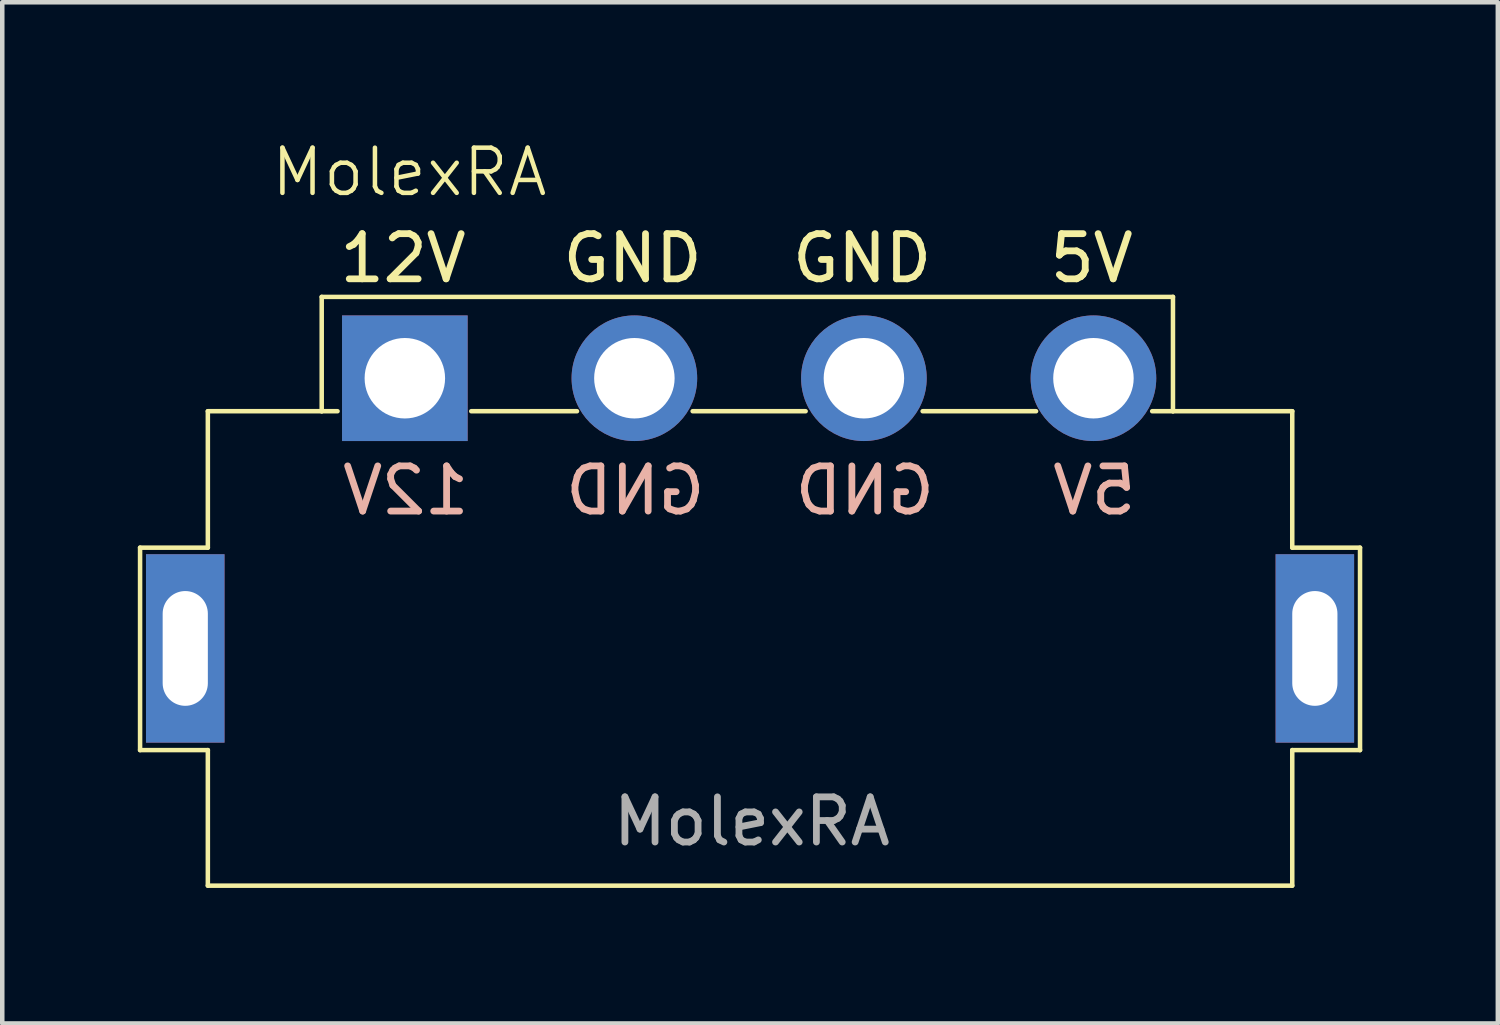
<source format=kicad_pcb>
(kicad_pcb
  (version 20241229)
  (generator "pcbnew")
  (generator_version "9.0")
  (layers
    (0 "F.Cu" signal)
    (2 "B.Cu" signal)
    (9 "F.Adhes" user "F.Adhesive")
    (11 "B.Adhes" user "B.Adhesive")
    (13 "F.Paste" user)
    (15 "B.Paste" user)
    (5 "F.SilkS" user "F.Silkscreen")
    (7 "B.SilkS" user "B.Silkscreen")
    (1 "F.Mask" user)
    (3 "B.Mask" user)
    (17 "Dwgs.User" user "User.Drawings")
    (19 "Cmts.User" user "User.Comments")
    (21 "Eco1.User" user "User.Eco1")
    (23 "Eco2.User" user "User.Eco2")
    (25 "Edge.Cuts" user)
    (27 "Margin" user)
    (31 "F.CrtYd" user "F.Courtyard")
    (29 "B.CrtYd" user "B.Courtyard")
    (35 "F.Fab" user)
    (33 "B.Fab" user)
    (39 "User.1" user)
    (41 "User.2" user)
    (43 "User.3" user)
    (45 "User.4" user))
  (footprint "MolexRA"
    (layer "F.Cu")
    (at 5.91 5.321)
    (property "Reference" "MolexRA" (at 0.1 -4.56 0) (unlocked yes) (layer "F.SilkS") (effects (font (size 1 1) (thickness 0.1))))
    (attr through_hole)
    (fp_line (start -5.86 3.75) (end -4.36 3.75) (stroke (width 0.1) (type default)) (layer "F.SilkS"))
    (fp_line (start -5.86 8.23) (end -5.86 3.75) (stroke (width 0.1) (type default)) (layer "F.SilkS"))
    (fp_line (start -4.36 0.73) (end -1.84 0.73) (stroke (width 0.1) (type default)) (layer "F.SilkS"))
    (fp_line (start -4.36 3.75) (end -4.36 0.73) (stroke (width 0.1) (type default)) (layer "F.SilkS"))
    (fp_line (start -4.36 8.23) (end -5.86 8.23) (stroke (width 0.1) (type default)) (layer "F.SilkS"))
    (fp_line (start -4.36 11.23) (end -4.36 8.23) (stroke (width 0.1) (type default)) (layer "F.SilkS"))
    (fp_line (start -1.84 -1.8) (end 17 -1.8) (stroke (width 0.1) (type default)) (layer "F.SilkS"))
    (fp_line (start -1.84 0.73) (end -1.84 -1.8) (stroke (width 0.1) (type default)) (layer "F.SilkS"))
    (fp_line (start -1.84 0.73) (end -1.49 0.73) (stroke (width 0.1) (type default)) (layer "F.SilkS"))
    (fp_line (start -1.135 -2.962) (end -1.23 -2.914) (stroke (width 0.15) (type solid)) (layer "F.SilkS"))
    (fp_line (start -1.04 -3.057) (end -1.135 -2.962) (stroke (width 0.15) (type solid)) (layer "F.SilkS"))
    (fp_line (start -0.944 -3.2) (end -1.04 -3.057) (stroke (width 0.15) (type solid)) (layer "F.SilkS"))
    (fp_line (start -0.944 -2.2) (end -0.944 -3.2) (stroke (width 0.15) (type solid)) (layer "F.SilkS"))
    (fp_line (start -0.659 -2.2) (end -1.23 -2.2) (stroke (width 0.15) (type solid)) (layer "F.SilkS"))
    (fp_line (start -0.325 -2.2) (end 0.294 -2.2) (stroke (width 0.15) (type solid)) (layer "F.SilkS"))
    (fp_line (start -0.278 -3.105) (end -0.23 -3.152) (stroke (width 0.15) (type solid)) (layer "F.SilkS"))
    (fp_line (start -0.23 -3.152) (end -0.135 -3.2) (stroke (width 0.15) (type solid)) (layer "F.SilkS"))
    (fp_line (start -0.135 -3.2) (end 0.103 -3.2) (stroke (width 0.15) (type solid)) (layer "F.SilkS"))
    (fp_line (start 0.103 -3.2) (end 0.199 -3.152) (stroke (width 0.15) (type solid)) (layer "F.SilkS"))
    (fp_line (start 0.199 -3.152) (end 0.246 -3.105) (stroke (width 0.15) (type solid)) (layer "F.SilkS"))
    (fp_line (start 0.246 -3.105) (end 0.294 -3.01) (stroke (width 0.15) (type solid)) (layer "F.SilkS"))
    (fp_line (start 0.246 -2.771) (end -0.325 -2.2) (stroke (width 0.15) (type solid)) (layer "F.SilkS"))
    (fp_line (start 0.294 -3.01) (end 0.294 -2.914) (stroke (width 0.15) (type solid)) (layer "F.SilkS"))
    (fp_line (start 0.294 -2.914) (end 0.246 -2.771) (stroke (width 0.15) (type solid)) (layer "F.SilkS"))
    (fp_line (start 0.58 -3.2) (end 0.913 -2.2) (stroke (width 0.15) (type solid)) (layer "F.SilkS"))
    (fp_line (start 0.913 -2.2) (end 1.246 -3.2) (stroke (width 0.15) (type solid)) (layer "F.SilkS"))
    (fp_line (start 3.707 -2.771) (end 3.707 -2.629) (stroke (width 0.15) (type solid)) (layer "F.SilkS"))
    (fp_line (start 3.707 -2.629) (end 3.755 -2.438) (stroke (width 0.15) (type solid)) (layer "F.SilkS"))
    (fp_line (start 3.755 -2.962) (end 3.707 -2.771) (stroke (width 0.15) (type solid)) (layer "F.SilkS"))
    (fp_line (start 3.755 -2.438) (end 3.802 -2.343) (stroke (width 0.15) (type solid)) (layer "F.SilkS"))
    (fp_line (start 3.802 -3.057) (end 3.755 -2.962) (stroke (width 0.15) (type solid)) (layer "F.SilkS"))
    (fp_line (start 3.802 -2.343) (end 3.898 -2.248) (stroke (width 0.15) (type solid)) (layer "F.SilkS"))
    (fp_line (start 3.81 0.73) (end 1.47 0.73) (stroke (width 0.1) (type default)) (layer "F.SilkS"))
    (fp_line (start 3.898 -3.152) (end 3.802 -3.057) (stroke (width 0.15) (type solid)) (layer "F.SilkS"))
    (fp_line (start 3.898 -2.248) (end 4.04 -2.2) (stroke (width 0.15) (type solid)) (layer "F.SilkS"))
    (fp_line (start 4.04 -3.2) (end 3.898 -3.152) (stroke (width 0.15) (type solid)) (layer "F.SilkS"))
    (fp_line (start 4.04 -2.2) (end 4.136 -2.2) (stroke (width 0.15) (type solid)) (layer "F.SilkS"))
    (fp_line (start 4.136 -2.2) (end 4.279 -2.248) (stroke (width 0.15) (type solid)) (layer "F.SilkS"))
    (fp_line (start 4.183 -3.2) (end 4.04 -3.2) (stroke (width 0.15) (type solid)) (layer "F.SilkS"))
    (fp_line (start 4.279 -3.152) (end 4.183 -3.2) (stroke (width 0.15) (type solid)) (layer "F.SilkS"))
    (fp_line (start 4.279 -2.248) (end 4.326 -2.295) (stroke (width 0.15) (type solid)) (layer "F.SilkS"))
    (fp_line (start 4.326 -2.629) (end 4.136 -2.629) (stroke (width 0.15) (type solid)) (layer "F.SilkS"))
    (fp_line (start 4.326 -2.295) (end 4.326 -2.629) (stroke (width 0.15) (type solid)) (layer "F.SilkS"))
    (fp_line (start 4.755 -3.2) (end 5.326 -2.2) (stroke (width 0.15) (type solid)) (layer "F.SilkS"))
    (fp_line (start 4.755 -2.2) (end 4.755 -3.2) (stroke (width 0.15) (type solid)) (layer "F.SilkS"))
    (fp_line (start 5.326 -2.2) (end 5.326 -3.2) (stroke (width 0.15) (type solid)) (layer "F.SilkS"))
    (fp_line (start 5.802 -3.2) (end 6.04 -3.2) (stroke (width 0.15) (type solid)) (layer "F.SilkS"))
    (fp_line (start 5.802 -2.2) (end 5.802 -3.2) (stroke (width 0.15) (type solid)) (layer "F.SilkS"))
    (fp_line (start 6.04 -3.2) (end 6.183 -3.152) (stroke (width 0.15) (type solid)) (layer "F.SilkS"))
    (fp_line (start 6.04 -2.2) (end 5.802 -2.2) (stroke (width 0.15) (type solid)) (layer "F.SilkS"))
    (fp_line (start 6.183 -3.152) (end 6.279 -3.057) (stroke (width 0.15) (type solid)) (layer "F.SilkS"))
    (fp_line (start 6.183 -2.248) (end 6.04 -2.2) (stroke (width 0.15) (type solid)) (layer "F.SilkS"))
    (fp_line (start 6.279 -3.057) (end 6.326 -2.962) (stroke (width 0.15) (type solid)) (layer "F.SilkS"))
    (fp_line (start 6.279 -2.343) (end 6.183 -2.248) (stroke (width 0.15) (type solid)) (layer "F.SilkS"))
    (fp_line (start 6.326 -2.962) (end 6.374 -2.771) (stroke (width 0.15) (type solid)) (layer "F.SilkS"))
    (fp_line (start 6.326 -2.438) (end 6.279 -2.343) (stroke (width 0.15) (type solid)) (layer "F.SilkS"))
    (fp_line (start 6.374 -2.771) (end 6.374 -2.629) (stroke (width 0.15) (type solid)) (layer "F.SilkS"))
    (fp_line (start 6.374 -2.629) (end 6.326 -2.438) (stroke (width 0.15) (type solid)) (layer "F.SilkS"))
    (fp_line (start 8.787 -2.771) (end 8.787 -2.629) (stroke (width 0.15) (type solid)) (layer "F.SilkS"))
    (fp_line (start 8.787 -2.629) (end 8.835 -2.438) (stroke (width 0.15) (type solid)) (layer "F.SilkS"))
    (fp_line (start 8.835 -2.962) (end 8.787 -2.771) (stroke (width 0.15) (type solid)) (layer "F.SilkS"))
    (fp_line (start 8.835 -2.438) (end 8.882 -2.343) (stroke (width 0.15) (type solid)) (layer "F.SilkS"))
    (fp_line (start 8.87 0.73) (end 6.37 0.73) (stroke (width 0.1) (type default)) (layer "F.SilkS"))
    (fp_line (start 8.882 -3.057) (end 8.835 -2.962) (stroke (width 0.15) (type solid)) (layer "F.SilkS"))
    (fp_line (start 8.882 -2.343) (end 8.978 -2.248) (stroke (width 0.15) (type solid)) (layer "F.SilkS"))
    (fp_line (start 8.978 -3.152) (end 8.882 -3.057) (stroke (width 0.15) (type solid)) (layer "F.SilkS"))
    (fp_line (start 8.978 -2.248) (end 9.12 -2.2) (stroke (width 0.15) (type solid)) (layer "F.SilkS"))
    (fp_line (start 9.12 -3.2) (end 8.978 -3.152) (stroke (width 0.15) (type solid)) (layer "F.SilkS"))
    (fp_line (start 9.12 -2.2) (end 9.216 -2.2) (stroke (width 0.15) (type solid)) (layer "F.SilkS"))
    (fp_line (start 9.216 -2.2) (end 9.359 -2.248) (stroke (width 0.15) (type solid)) (layer "F.SilkS"))
    (fp_line (start 9.263 -3.2) (end 9.12 -3.2) (stroke (width 0.15) (type solid)) (layer "F.SilkS"))
    (fp_line (start 9.359 -3.152) (end 9.263 -3.2) (stroke (width 0.15) (type solid)) (layer "F.SilkS"))
    (fp_line (start 9.359 -2.248) (end 9.406 -2.295) (stroke (width 0.15) (type solid)) (layer "F.SilkS"))
    (fp_line (start 9.406 -2.629) (end 9.216 -2.629) (stroke (width 0.15) (type solid)) (layer "F.SilkS"))
    (fp_line (start 9.406 -2.295) (end 9.406 -2.629) (stroke (width 0.15) (type solid)) (layer "F.SilkS"))
    (fp_line (start 9.835 -3.2) (end 10.406 -2.2) (stroke (width 0.15) (type solid)) (layer "F.SilkS"))
    (fp_line (start 9.835 -2.2) (end 9.835 -3.2) (stroke (width 0.15) (type solid)) (layer "F.SilkS"))
    (fp_line (start 10.406 -2.2) (end 10.406 -3.2) (stroke (width 0.15) (type solid)) (layer "F.SilkS"))
    (fp_line (start 10.882 -3.2) (end 11.12 -3.2) (stroke (width 0.15) (type solid)) (layer "F.SilkS"))
    (fp_line (start 10.882 -2.2) (end 10.882 -3.2) (stroke (width 0.15) (type solid)) (layer "F.SilkS"))
    (fp_line (start 11.12 -3.2) (end 11.263 -3.152) (stroke (width 0.15) (type solid)) (layer "F.SilkS"))
    (fp_line (start 11.12 -2.2) (end 10.882 -2.2) (stroke (width 0.15) (type solid)) (layer "F.SilkS"))
    (fp_line (start 11.263 -3.152) (end 11.359 -3.057) (stroke (width 0.15) (type solid)) (layer "F.SilkS"))
    (fp_line (start 11.263 -2.248) (end 11.12 -2.2) (stroke (width 0.15) (type solid)) (layer "F.SilkS"))
    (fp_line (start 11.359 -3.057) (end 11.406 -2.962) (stroke (width 0.15) (type solid)) (layer "F.SilkS"))
    (fp_line (start 11.359 -2.343) (end 11.263 -2.248) (stroke (width 0.15) (type solid)) (layer "F.SilkS"))
    (fp_line (start 11.406 -2.962) (end 11.454 -2.771) (stroke (width 0.15) (type solid)) (layer "F.SilkS"))
    (fp_line (start 11.406 -2.438) (end 11.359 -2.343) (stroke (width 0.15) (type solid)) (layer "F.SilkS"))
    (fp_line (start 11.454 -2.771) (end 11.454 -2.629) (stroke (width 0.15) (type solid)) (layer "F.SilkS"))
    (fp_line (start 11.454 -2.629) (end 11.406 -2.438) (stroke (width 0.15) (type solid)) (layer "F.SilkS"))
    (fp_line (start 13.97 0.73) (end 11.46 0.73) (stroke (width 0.1) (type default)) (layer "F.SilkS"))
    (fp_line (start 14.486 -2.724) (end 14.534 -2.771) (stroke (width 0.15) (type solid)) (layer "F.SilkS"))
    (fp_line (start 14.534 -3.2) (end 14.486 -2.724) (stroke (width 0.15) (type solid)) (layer "F.SilkS"))
    (fp_line (start 14.534 -2.771) (end 14.629 -2.819) (stroke (width 0.15) (type solid)) (layer "F.SilkS"))
    (fp_line (start 14.534 -2.248) (end 14.486 -2.295) (stroke (width 0.15) (type solid)) (layer "F.SilkS"))
    (fp_line (start 14.629 -2.819) (end 14.867 -2.819) (stroke (width 0.15) (type solid)) (layer "F.SilkS"))
    (fp_line (start 14.629 -2.2) (end 14.534 -2.248) (stroke (width 0.15) (type solid)) (layer "F.SilkS"))
    (fp_line (start 14.867 -2.819) (end 14.962 -2.771) (stroke (width 0.15) (type solid)) (layer "F.SilkS"))
    (fp_line (start 14.867 -2.2) (end 14.629 -2.2) (stroke (width 0.15) (type solid)) (layer "F.SilkS"))
    (fp_line (start 14.962 -2.771) (end 15.01 -2.724) (stroke (width 0.15) (type solid)) (layer "F.SilkS"))
    (fp_line (start 14.962 -2.248) (end 14.867 -2.2) (stroke (width 0.15) (type solid)) (layer "F.SilkS"))
    (fp_line (start 15.01 -3.2) (end 14.534 -3.2) (stroke (width 0.15) (type solid)) (layer "F.SilkS"))
    (fp_line (start 15.01 -2.724) (end 15.058 -2.629) (stroke (width 0.15) (type solid)) (layer "F.SilkS"))
    (fp_line (start 15.01 -2.295) (end 14.962 -2.248) (stroke (width 0.15) (type solid)) (layer "F.SilkS"))
    (fp_line (start 15.058 -2.629) (end 15.058 -2.39) (stroke (width 0.15) (type solid)) (layer "F.SilkS"))
    (fp_line (start 15.058 -2.39) (end 15.01 -2.295) (stroke (width 0.15) (type solid)) (layer "F.SilkS"))
    (fp_line (start 15.343 -3.2) (end 15.677 -2.2) (stroke (width 0.15) (type solid)) (layer "F.SilkS"))
    (fp_line (start 15.677 -2.2) (end 16.01 -3.2) (stroke (width 0.15) (type solid)) (layer "F.SilkS"))
    (fp_line (start 17 -1.8) (end 17 0.73) (stroke (width 0.1) (type default)) (layer "F.SilkS"))
    (fp_line (start 17 0.73) (end 16.54 0.73) (stroke (width 0.1) (type default)) (layer "F.SilkS"))
    (fp_line (start 17 0.73) (end 19.64 0.73) (stroke (width 0.1) (type default)) (layer "F.SilkS"))
    (fp_line (start 19.64 0.73) (end 19.64 3.75) (stroke (width 0.1) (type default)) (layer "F.SilkS"))
    (fp_line (start 19.64 3.75) (end 21.14 3.75) (stroke (width 0.1) (type default)) (layer "F.SilkS"))
    (fp_line (start 19.64 8.23) (end 19.64 11.23) (stroke (width 0.1) (type default)) (layer "F.SilkS"))
    (fp_line (start 19.64 11.23) (end -4.36 11.23) (stroke (width 0.1) (type default)) (layer "F.SilkS"))
    (fp_line (start 21.14 3.75) (end 21.14 8.23) (stroke (width 0.1) (type default)) (layer "F.SilkS"))
    (fp_line (start 21.14 8.23) (end 19.64 8.23) (stroke (width 0.1) (type default)) (layer "F.SilkS"))
    (fp_line (start -0.933 2.94) (end -1.266 1.94) (stroke (width 0.15) (type solid)) (layer "B.SilkS"))
    (fp_line (start -0.6 1.94) (end -0.933 2.94) (stroke (width 0.15) (type solid)) (layer "B.SilkS"))
    (fp_line (start -0.314 2.13) (end -0.314 2.226) (stroke (width 0.15) (type solid)) (layer "B.SilkS"))
    (fp_line (start -0.314 2.226) (end -0.266 2.369) (stroke (width 0.15) (type solid)) (layer "B.SilkS"))
    (fp_line (start -0.266 2.035) (end -0.314 2.13) (stroke (width 0.15) (type solid)) (layer "B.SilkS"))
    (fp_line (start -0.266 2.369) (end 0.305 2.94) (stroke (width 0.15) (type solid)) (layer "B.SilkS"))
    (fp_line (start -0.219 1.988) (end -0.266 2.035) (stroke (width 0.15) (type solid)) (layer "B.SilkS"))
    (fp_line (start -0.123 1.94) (end -0.219 1.988) (stroke (width 0.15) (type solid)) (layer "B.SilkS"))
    (fp_line (start 0.115 1.94) (end -0.123 1.94) (stroke (width 0.15) (type solid)) (layer "B.SilkS"))
    (fp_line (start 0.21 1.988) (end 0.115 1.94) (stroke (width 0.15) (type solid)) (layer "B.SilkS"))
    (fp_line (start 0.258 2.035) (end 0.21 1.988) (stroke (width 0.15) (type solid)) (layer "B.SilkS"))
    (fp_line (start 0.305 2.94) (end -0.314 2.94) (stroke (width 0.15) (type solid)) (layer "B.SilkS"))
    (fp_line (start 0.639 2.94) (end 1.21 2.94) (stroke (width 0.15) (type solid)) (layer "B.SilkS"))
    (fp_line (start 0.924 1.94) (end 1.02 2.083) (stroke (width 0.15) (type solid)) (layer "B.SilkS"))
    (fp_line (start 0.924 2.94) (end 0.924 1.94) (stroke (width 0.15) (type solid)) (layer "B.SilkS"))
    (fp_line (start 1.02 2.083) (end 1.115 2.178) (stroke (width 0.15) (type solid)) (layer "B.SilkS"))
    (fp_line (start 1.115 2.178) (end 1.21 2.226) (stroke (width 0.15) (type solid)) (layer "B.SilkS"))
    (fp_line (start 3.766 2.369) (end 3.766 2.511) (stroke (width 0.15) (type solid)) (layer "B.SilkS"))
    (fp_line (start 3.766 2.511) (end 3.814 2.702) (stroke (width 0.15) (type solid)) (layer "B.SilkS"))
    (fp_line (start 3.814 2.178) (end 3.766 2.369) (stroke (width 0.15) (type solid)) (layer "B.SilkS"))
    (fp_line (start 3.814 2.702) (end 3.861 2.797) (stroke (width 0.15) (type solid)) (layer "B.SilkS"))
    (fp_line (start 3.861 2.083) (end 3.814 2.178) (stroke (width 0.15) (type solid)) (layer "B.SilkS"))
    (fp_line (start 3.861 2.797) (end 3.957 2.892) (stroke (width 0.15) (type solid)) (layer "B.SilkS"))
    (fp_line (start 3.957 1.988) (end 3.861 2.083) (stroke (width 0.15) (type solid)) (layer "B.SilkS"))
    (fp_line (start 3.957 2.892) (end 4.1 2.94) (stroke (width 0.15) (type solid)) (layer "B.SilkS"))
    (fp_line (start 4.1 1.94) (end 3.957 1.988) (stroke (width 0.15) (type solid)) (layer "B.SilkS"))
    (fp_line (start 4.1 2.94) (end 4.338 2.94) (stroke (width 0.15) (type solid)) (layer "B.SilkS"))
    (fp_line (start 4.338 1.94) (end 4.1 1.94) (stroke (width 0.15) (type solid)) (layer "B.SilkS"))
    (fp_line (start 4.338 2.94) (end 4.338 1.94) (stroke (width 0.15) (type solid)) (layer "B.SilkS"))
    (fp_line (start 4.814 2.94) (end 4.814 1.94) (stroke (width 0.15) (type solid)) (layer "B.SilkS"))
    (fp_line (start 5.385 1.94) (end 4.814 2.94) (stroke (width 0.15) (type solid)) (layer "B.SilkS"))
    (fp_line (start 5.385 2.94) (end 5.385 1.94) (stroke (width 0.15) (type solid)) (layer "B.SilkS"))
    (fp_line (start 5.814 2.511) (end 6.004 2.511) (stroke (width 0.15) (type solid)) (layer "B.SilkS"))
    (fp_line (start 5.814 2.845) (end 5.814 2.511) (stroke (width 0.15) (type solid)) (layer "B.SilkS"))
    (fp_line (start 5.861 1.988) (end 5.957 1.94) (stroke (width 0.15) (type solid)) (layer "B.SilkS"))
    (fp_line (start 5.861 2.892) (end 5.814 2.845) (stroke (width 0.15) (type solid)) (layer "B.SilkS"))
    (fp_line (start 5.957 1.94) (end 6.1 1.94) (stroke (width 0.15) (type solid)) (layer "B.SilkS"))
    (fp_line (start 6.004 2.94) (end 5.861 2.892) (stroke (width 0.15) (type solid)) (layer "B.SilkS"))
    (fp_line (start 6.1 1.94) (end 6.242 1.988) (stroke (width 0.15) (type solid)) (layer "B.SilkS"))
    (fp_line (start 6.1 2.94) (end 6.004 2.94) (stroke (width 0.15) (type solid)) (layer "B.SilkS"))
    (fp_line (start 6.242 1.988) (end 6.338 2.083) (stroke (width 0.15) (type solid)) (layer "B.SilkS"))
    (fp_line (start 6.242 2.892) (end 6.1 2.94) (stroke (width 0.15) (type solid)) (layer "B.SilkS"))
    (fp_line (start 6.338 2.083) (end 6.385 2.178) (stroke (width 0.15) (type solid)) (layer "B.SilkS"))
    (fp_line (start 6.338 2.797) (end 6.242 2.892) (stroke (width 0.15) (type solid)) (layer "B.SilkS"))
    (fp_line (start 6.385 2.178) (end 6.433 2.369) (stroke (width 0.15) (type solid)) (layer "B.SilkS"))
    (fp_line (start 6.385 2.702) (end 6.338 2.797) (stroke (width 0.15) (type solid)) (layer "B.SilkS"))
    (fp_line (start 6.433 2.369) (end 6.433 2.511) (stroke (width 0.15) (type solid)) (layer "B.SilkS"))
    (fp_line (start 6.433 2.511) (end 6.385 2.702) (stroke (width 0.15) (type solid)) (layer "B.SilkS"))
    (fp_line (start 8.846 2.369) (end 8.846 2.511) (stroke (width 0.15) (type solid)) (layer "B.SilkS"))
    (fp_line (start 8.846 2.511) (end 8.894 2.702) (stroke (width 0.15) (type solid)) (layer "B.SilkS"))
    (fp_line (start 8.894 2.178) (end 8.846 2.369) (stroke (width 0.15) (type solid)) (layer "B.SilkS"))
    (fp_line (start 8.894 2.702) (end 8.941 2.797) (stroke (width 0.15) (type solid)) (layer "B.SilkS"))
    (fp_line (start 8.941 2.083) (end 8.894 2.178) (stroke (width 0.15) (type solid)) (layer "B.SilkS"))
    (fp_line (start 8.941 2.797) (end 9.037 2.892) (stroke (width 0.15) (type solid)) (layer "B.SilkS"))
    (fp_line (start 9.037 1.988) (end 8.941 2.083) (stroke (width 0.15) (type solid)) (layer "B.SilkS"))
    (fp_line (start 9.037 2.892) (end 9.18 2.94) (stroke (width 0.15) (type solid)) (layer "B.SilkS"))
    (fp_line (start 9.18 1.94) (end 9.037 1.988) (stroke (width 0.15) (type solid)) (layer "B.SilkS"))
    (fp_line (start 9.18 2.94) (end 9.418 2.94) (stroke (width 0.15) (type solid)) (layer "B.SilkS"))
    (fp_line (start 9.418 1.94) (end 9.18 1.94) (stroke (width 0.15) (type solid)) (layer "B.SilkS"))
    (fp_line (start 9.418 2.94) (end 9.418 1.94) (stroke (width 0.15) (type solid)) (layer "B.SilkS"))
    (fp_line (start 9.894 2.94) (end 9.894 1.94) (stroke (width 0.15) (type solid)) (layer "B.SilkS"))
    (fp_line (start 10.465 1.94) (end 9.894 2.94) (stroke (width 0.15) (type solid)) (layer "B.SilkS"))
    (fp_line (start 10.465 2.94) (end 10.465 1.94) (stroke (width 0.15) (type solid)) (layer "B.SilkS"))
    (fp_line (start 10.894 2.511) (end 11.084 2.511) (stroke (width 0.15) (type solid)) (layer "B.SilkS"))
    (fp_line (start 10.894 2.845) (end 10.894 2.511) (stroke (width 0.15) (type solid)) (layer "B.SilkS"))
    (fp_line (start 10.941 1.988) (end 11.037 1.94) (stroke (width 0.15) (type solid)) (layer "B.SilkS"))
    (fp_line (start 10.941 2.892) (end 10.894 2.845) (stroke (width 0.15) (type solid)) (layer "B.SilkS"))
    (fp_line (start 11.037 1.94) (end 11.18 1.94) (stroke (width 0.15) (type solid)) (layer "B.SilkS"))
    (fp_line (start 11.084 2.94) (end 10.941 2.892) (stroke (width 0.15) (type solid)) (layer "B.SilkS"))
    (fp_line (start 11.18 1.94) (end 11.322 1.988) (stroke (width 0.15) (type solid)) (layer "B.SilkS"))
    (fp_line (start 11.18 2.94) (end 11.084 2.94) (stroke (width 0.15) (type solid)) (layer "B.SilkS"))
    (fp_line (start 11.322 1.988) (end 11.418 2.083) (stroke (width 0.15) (type solid)) (layer "B.SilkS"))
    (fp_line (start 11.322 2.892) (end 11.18 2.94) (stroke (width 0.15) (type solid)) (layer "B.SilkS"))
    (fp_line (start 11.418 2.083) (end 11.465 2.178) (stroke (width 0.15) (type solid)) (layer "B.SilkS"))
    (fp_line (start 11.418 2.797) (end 11.322 2.892) (stroke (width 0.15) (type solid)) (layer "B.SilkS"))
    (fp_line (start 11.465 2.178) (end 11.513 2.369) (stroke (width 0.15) (type solid)) (layer "B.SilkS"))
    (fp_line (start 11.465 2.702) (end 11.418 2.797) (stroke (width 0.15) (type solid)) (layer "B.SilkS"))
    (fp_line (start 11.513 2.369) (end 11.513 2.511) (stroke (width 0.15) (type solid)) (layer "B.SilkS"))
    (fp_line (start 11.513 2.511) (end 11.465 2.702) (stroke (width 0.15) (type solid)) (layer "B.SilkS"))
    (fp_line (start 14.783 2.94) (end 14.45 1.94) (stroke (width 0.15) (type solid)) (layer "B.SilkS"))
    (fp_line (start 15.117 1.94) (end 14.783 2.94) (stroke (width 0.15) (type solid)) (layer "B.SilkS"))
    (fp_line (start 15.402 2.511) (end 15.402 2.75) (stroke (width 0.15) (type solid)) (layer "B.SilkS"))
    (fp_line (start 15.402 2.75) (end 15.45 2.845) (stroke (width 0.15) (type solid)) (layer "B.SilkS"))
    (fp_line (start 15.45 1.94) (end 15.926 1.94) (stroke (width 0.15) (type solid)) (layer "B.SilkS"))
    (fp_line (start 15.45 2.416) (end 15.402 2.511) (stroke (width 0.15) (type solid)) (layer "B.SilkS"))
    (fp_line (start 15.45 2.845) (end 15.498 2.892) (stroke (width 0.15) (type solid)) (layer "B.SilkS"))
    (fp_line (start 15.498 2.369) (end 15.45 2.416) (stroke (width 0.15) (type solid)) (layer "B.SilkS"))
    (fp_line (start 15.498 2.892) (end 15.593 2.94) (stroke (width 0.15) (type solid)) (layer "B.SilkS"))
    (fp_line (start 15.593 2.321) (end 15.498 2.369) (stroke (width 0.15) (type solid)) (layer "B.SilkS"))
    (fp_line (start 15.593 2.94) (end 15.831 2.94) (stroke (width 0.15) (type solid)) (layer "B.SilkS"))
    (fp_line (start 15.831 2.321) (end 15.593 2.321) (stroke (width 0.15) (type solid)) (layer "B.SilkS"))
    (fp_line (start 15.831 2.94) (end 15.926 2.892) (stroke (width 0.15) (type solid)) (layer "B.SilkS"))
    (fp_line (start 15.926 1.94) (end 15.974 2.416) (stroke (width 0.15) (type solid)) (layer "B.SilkS"))
    (fp_line (start 15.926 2.369) (end 15.831 2.321) (stroke (width 0.15) (type solid)) (layer "B.SilkS"))
    (fp_line (start 15.926 2.892) (end 15.974 2.845) (stroke (width 0.15) (type solid)) (layer "B.SilkS"))
    (fp_line (start 15.974 2.416) (end 15.926 2.369) (stroke (width 0.15) (type solid)) (layer "B.SilkS"))
    (fp_text user "${REFERENCE}" (at 7.68 9.81 0) (unlocked yes) (layer "F.Fab") (effects (font (size 1 1) (thickness 0.15))))
    (pad "" thru_hole rect (at -4.86 5.98) (size 1.738 4.17) (drill oval 1 2.54) (layers "*.Cu" "*.Mask"))
    (pad "" thru_hole rect (at 20.14 5.98) (size 1.738 4.17) (drill oval 1 2.54) (layers "*.Cu" "*.Mask"))
    (pad "1" thru_hole rect (at 0 0) (size 2.78 2.78) (drill 1.781) (layers "*.Cu" "*.Mask"))
    (pad "2" thru_hole circle (at 5.08 0) (size 2.78 2.78) (drill 1.781) (layers "*.Cu" "*.Mask"))
    (pad "3" thru_hole circle (at 10.16 0) (size 2.78 2.78) (drill 1.781) (layers "*.Cu" "*.Mask"))
    (pad "4" thru_hole circle (at 15.24 0) (size 2.78 2.78) (drill 1.781) (layers "*.Cu" "*.Mask")))
  (gr_rect
    (start -3 -3)
    (end 30.1 19.601)
    (stroke (width 0.1) (type default))
    (fill no)
    (layer "Edge.Cuts")))
</source>
